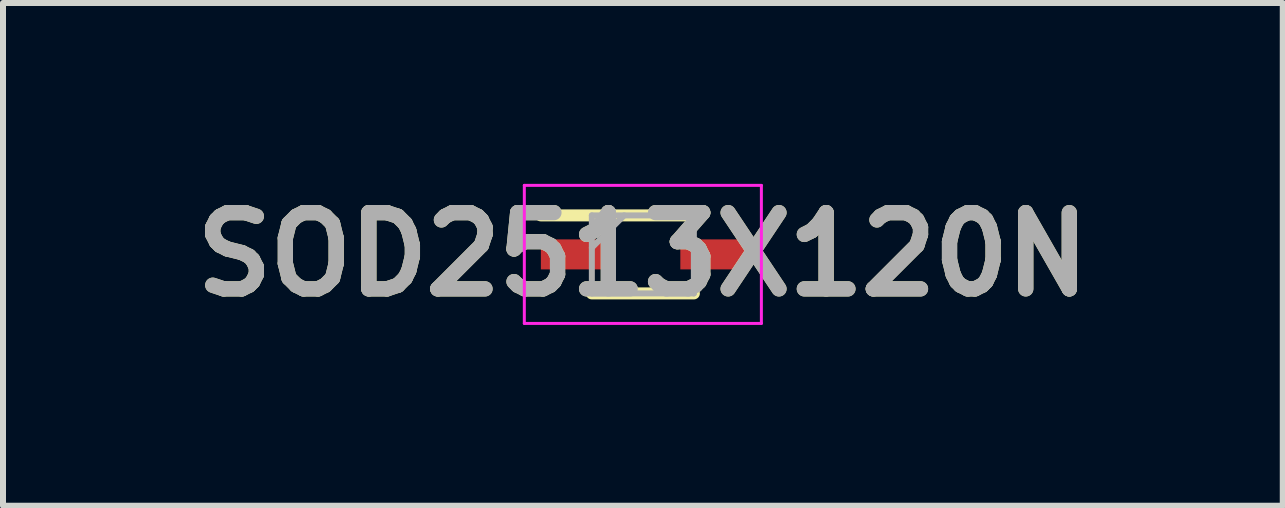
<source format=kicad_pcb>
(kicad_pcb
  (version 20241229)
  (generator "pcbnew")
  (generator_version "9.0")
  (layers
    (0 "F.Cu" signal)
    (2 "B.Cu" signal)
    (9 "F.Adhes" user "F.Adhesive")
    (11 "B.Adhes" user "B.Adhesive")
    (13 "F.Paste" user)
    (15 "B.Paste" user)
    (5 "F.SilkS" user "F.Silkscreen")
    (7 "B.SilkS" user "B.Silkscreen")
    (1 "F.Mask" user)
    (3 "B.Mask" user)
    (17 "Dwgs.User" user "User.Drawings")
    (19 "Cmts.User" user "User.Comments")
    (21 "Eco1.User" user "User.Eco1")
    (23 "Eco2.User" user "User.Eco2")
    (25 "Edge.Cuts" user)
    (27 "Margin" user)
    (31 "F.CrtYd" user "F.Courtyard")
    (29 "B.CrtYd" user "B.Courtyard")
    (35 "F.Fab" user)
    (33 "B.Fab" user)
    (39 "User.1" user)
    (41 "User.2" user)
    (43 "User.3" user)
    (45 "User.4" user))
  (footprint "SOD2513X120N"
    (layer "F.Cu")
    (at 7.662 1.189)
    (property "Reference" "SOD2513X120N" (at 0 0 0) (layer "F.SilkS") (effects (font (size 1.27 1.27) (thickness 0.254))))
    (attr smd)
    (fp_line (start -1.7 -0.65) (end 0.85 -0.65) (stroke (width 0.2) (type solid)) (layer "F.SilkS"))
    (fp_line (start -0.85 0.65) (end 0.85 0.65) (stroke (width 0.2) (type solid)) (layer "F.SilkS"))
    (fp_line (start -1.975 -1.15) (end 1.975 -1.15) (stroke (width 0.05) (type solid)) (layer "F.CrtYd"))
    (fp_line (start -1.975 1.15) (end -1.975 -1.15) (stroke (width 0.05) (type solid)) (layer "F.CrtYd"))
    (fp_line (start 1.975 -1.15) (end 1.975 1.15) (stroke (width 0.05) (type solid)) (layer "F.CrtYd"))
    (fp_line (start 1.975 1.15) (end -1.975 1.15) (stroke (width 0.05) (type solid)) (layer "F.CrtYd"))
    (fp_line (start -0.85 -0.65) (end 0.85 -0.65) (stroke (width 0.1) (type solid)) (layer "F.Fab"))
    (fp_line (start -0.85 -0.112) (end -0.312 -0.65) (stroke (width 0.1) (type solid)) (layer "F.Fab"))
    (fp_line (start -0.85 0.65) (end -0.85 -0.65) (stroke (width 0.1) (type solid)) (layer "F.Fab"))
    (fp_line (start 0.85 -0.65) (end 0.85 0.65) (stroke (width 0.1) (type solid)) (layer "F.Fab"))
    (fp_line (start 0.85 0.65) (end -0.85 0.65) (stroke (width 0.1) (type solid)) (layer "F.Fab"))
    (fp_text user "${REFERENCE}" (at 0 0 0) (layer "F.Fab") (effects (font (size 1.27 1.27) (thickness 0.254))))
    (pad "1" smd rect (at -1.162 0 90) (size 0.5 1.075) (layers "F.Cu" "F.Mask" "F.Paste"))
    (pad "2" smd rect (at 1.162 0 90) (size 0.5 1.075) (layers "F.Cu" "F.Mask" "F.Paste")))
  (gr_rect
    (start -3 -3)
    (end 18.325 5.377)
    (stroke (width 0.1) (type default))
    (fill no)
    (layer "Edge.Cuts")))
</source>
